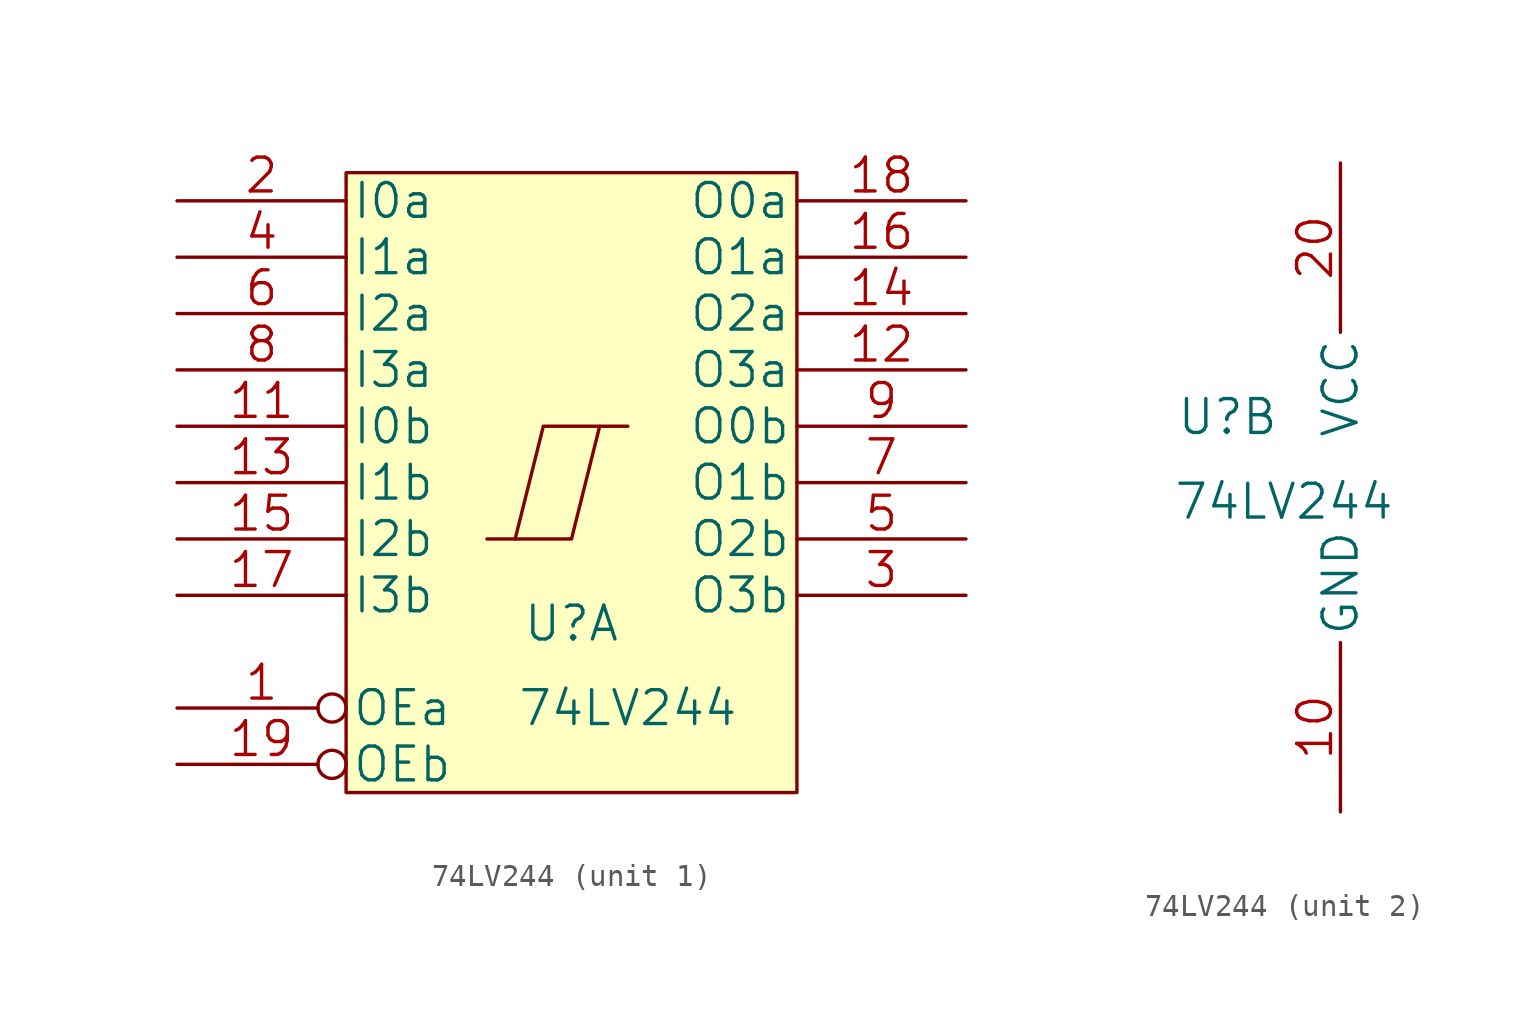
<source format=kicad_sym>
(kicad_symbol_lib
  (version 20211014)
  (generator kicad_symbol_editor)
  (symbol "74LV244"
    (pin_names
      (offset 0.254))
    (property "Reference" "U"
      (at 10.16 7.62 0)
      (effects (font (size 1.524 1.524))))
    (property "Value" "74LV244"
      (at 12.7 3.81 0)
      (effects (font (size 1.524 1.524))))
    (property "Footprint" ""
      (at 10.16 13.97 0)
      (effects (font (size 1.524 1.524))))
    (property "Datasheet" ""
      (at 10.16 13.97 0)
      (effects (font (size 1.524 1.524))))
    (property "ki_locked" ""
      (at 0 0 0)
      (effects (font (size 1.27 1.27))))
    (symbol "74LV244_1_1"
      (polyline (pts (xy 11.43 16.51) (xy 10.16 11.43) (xy 7.62 11.43)) (stroke (width 0) (type default) (color 0 0 0 0)) (fill (type none)))
      (polyline (pts (xy 12.7 16.51) (xy 8.89 16.51) (xy 7.62 11.43) (xy 6.35 11.43)) (stroke (width 0) (type default) (color 0 0 0 0)) (fill (type none)))
      (rectangle (start 0 27.94) (end 20.32 0) (stroke (width 0) (type default) (color 0 0 0 0)) (fill (type background)))
      (pin input inverted (at -7.62 3.81 0) (length 7.62) (name "OEa" (effects (font (size 1.524 1.524)))) (number "1" (effects (font (size 1.524 1.524)))))
      (pin input line (at -7.62 16.51 0) (length 7.62) (name "I0b" (effects (font (size 1.524 1.524)))) (number "11" (effects (font (size 1.524 1.524)))))
      (pin tri_state line (at 27.94 19.05 180) (length 7.62) (name "O3a" (effects (font (size 1.524 1.524)))) (number "12" (effects (font (size 1.524 1.524)))))
      (pin input line (at -7.62 13.97 0) (length 7.62) (name "I1b" (effects (font (size 1.524 1.524)))) (number "13" (effects (font (size 1.524 1.524)))))
      (pin tri_state line (at 27.94 21.59 180) (length 7.62) (name "O2a" (effects (font (size 1.524 1.524)))) (number "14" (effects (font (size 1.524 1.524)))))
      (pin input line (at -7.62 11.43 0) (length 7.62) (name "I2b" (effects (font (size 1.524 1.524)))) (number "15" (effects (font (size 1.524 1.524)))))
      (pin tri_state line (at 27.94 24.13 180) (length 7.62) (name "O1a" (effects (font (size 1.524 1.524)))) (number "16" (effects (font (size 1.524 1.524)))))
      (pin input line (at -7.62 8.89 0) (length 7.62) (name "I3b" (effects (font (size 1.524 1.524)))) (number "17" (effects (font (size 1.524 1.524)))))
      (pin tri_state line (at 27.94 26.67 180) (length 7.62) (name "O0a" (effects (font (size 1.524 1.524)))) (number "18" (effects (font (size 1.524 1.524)))))
      (pin input inverted (at -7.62 1.27 0) (length 7.62) (name "OEb" (effects (font (size 1.524 1.524)))) (number "19" (effects (font (size 1.524 1.524)))))
      (pin input line (at -7.62 26.67 0) (length 7.62) (name "I0a" (effects (font (size 1.524 1.524)))) (number "2" (effects (font (size 1.524 1.524)))))
      (pin tri_state line (at 27.94 8.89 180) (length 7.62) (name "O3b" (effects (font (size 1.524 1.524)))) (number "3" (effects (font (size 1.524 1.524)))))
      (pin input line (at -7.62 24.13 0) (length 7.62) (name "I1a" (effects (font (size 1.524 1.524)))) (number "4" (effects (font (size 1.524 1.524)))))
      (pin tri_state line (at 27.94 11.43 180) (length 7.62) (name "O2b" (effects (font (size 1.524 1.524)))) (number "5" (effects (font (size 1.524 1.524)))))
      (pin input line (at -7.62 21.59 0) (length 7.62) (name "I2a" (effects (font (size 1.524 1.524)))) (number "6" (effects (font (size 1.524 1.524)))))
      (pin tri_state line (at 27.94 13.97 180) (length 7.62) (name "O1b" (effects (font (size 1.524 1.524)))) (number "7" (effects (font (size 1.524 1.524)))))
      (pin input line (at -7.62 19.05 0) (length 7.62) (name "I3a" (effects (font (size 1.524 1.524)))) (number "8" (effects (font (size 1.524 1.524)))))
      (pin tri_state line (at 27.94 16.51 180) (length 7.62) (name "O0b" (effects (font (size 1.524 1.524)))) (number "9" (effects (font (size 1.524 1.524))))))
    (symbol "74LV244_2_1"
      (pin power_in line (at 15.24 -10.16 90) (length 7.62) (name "GND" (effects (font (size 1.524 1.524)))) (number "10" (effects (font (size 1.524 1.524)))))
      (pin power_in line (at 15.24 19.05 270) (length 7.62) (name "VCC" (effects (font (size 1.524 1.524)))) (number "20" (effects (font (size 1.524 1.524))))))))
</source>
